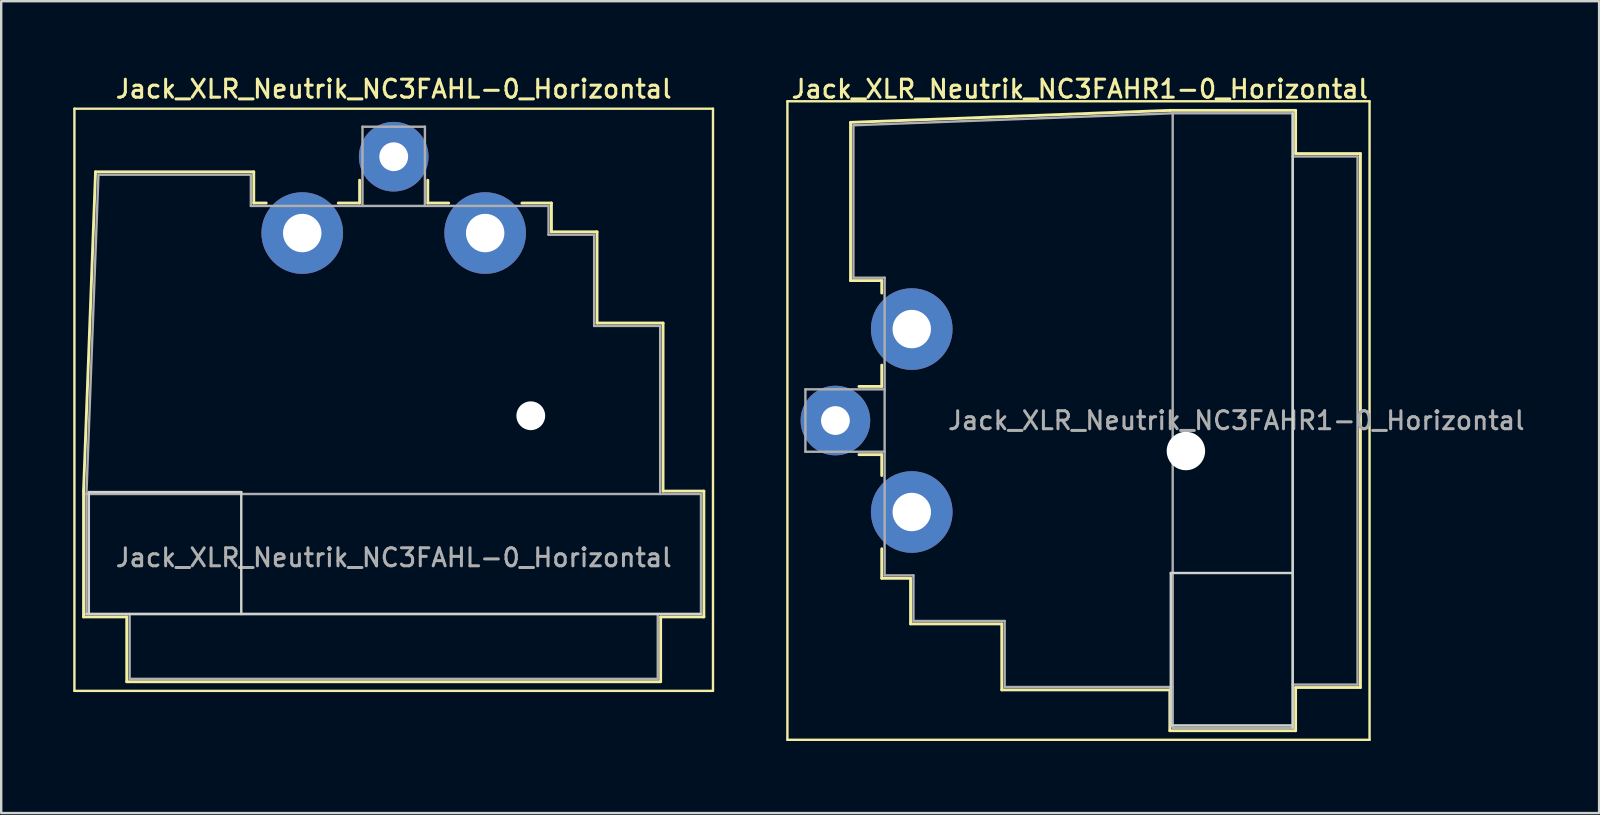
<source format=kicad_pcb>
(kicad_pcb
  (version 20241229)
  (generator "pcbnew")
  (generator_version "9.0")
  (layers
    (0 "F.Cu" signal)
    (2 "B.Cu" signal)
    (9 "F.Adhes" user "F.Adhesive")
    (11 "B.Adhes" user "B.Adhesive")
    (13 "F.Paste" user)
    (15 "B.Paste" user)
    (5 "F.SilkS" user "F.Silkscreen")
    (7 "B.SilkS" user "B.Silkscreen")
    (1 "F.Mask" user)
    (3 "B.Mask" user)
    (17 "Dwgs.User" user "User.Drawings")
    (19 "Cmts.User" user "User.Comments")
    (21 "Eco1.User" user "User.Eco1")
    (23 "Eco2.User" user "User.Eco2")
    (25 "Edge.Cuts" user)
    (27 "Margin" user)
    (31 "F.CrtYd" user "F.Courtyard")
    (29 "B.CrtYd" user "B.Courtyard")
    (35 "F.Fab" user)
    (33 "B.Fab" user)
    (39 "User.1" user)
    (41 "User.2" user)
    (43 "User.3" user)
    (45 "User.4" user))
  (footprint "Jack_XLR_Neutrik_NC3FAHR1-0_Horizontal"
    (layer "F.Cu")
    (at 34.93 10.658)
    (property "Reference" "Jack_XLR_Neutrik_NC3FAHR1-0_Horizontal" (at 7 -10 0) (layer "F.SilkS") (effects (font (size 0.75 0.75) (thickness 0.125))))
    (attr through_hole)
    (fp_line (start -5.18 -9.49) (end -5.18 17.11) (stroke (width 0.1) (type solid)) (layer "F.SilkS"))
    (fp_line (start -2.55 -8.61) (end -2.55 -2.02) (stroke (width 0.12) (type solid)) (layer "F.SilkS"))
    (fp_line (start -2.55 -2.02) (end -1.25 -2.02) (stroke (width 0.12) (type solid)) (layer "F.SilkS"))
    (fp_line (start -1.25 -2.02) (end -1.25 -1.5) (stroke (width 0.12) (type solid)) (layer "F.SilkS"))
    (fp_line (start -1.25 1.5) (end -1.25 2.39) (stroke (width 0.12) (type solid)) (layer "F.SilkS"))
    (fp_line (start -1.25 2.39) (end -2.2 2.39) (stroke (width 0.12) (type solid)) (layer "F.SilkS"))
    (fp_line (start -1.25 5.23) (end -2.2 5.23) (stroke (width 0.12) (type solid)) (layer "F.SilkS"))
    (fp_line (start -1.25 5.23) (end -1.25 6.1) (stroke (width 0.12) (type solid)) (layer "F.SilkS"))
    (fp_line (start -1.25 9.15) (end -1.25 10.38) (stroke (width 0.12) (type solid)) (layer "F.SilkS"))
    (fp_line (start -0.05 10.38) (end -1.25 10.38) (stroke (width 0.12) (type solid)) (layer "F.SilkS"))
    (fp_line (start -0.05 10.38) (end -0.05 12.28) (stroke (width 0.12) (type solid)) (layer "F.SilkS"))
    (fp_line (start 3.75 12.28) (end -0.05 12.28) (stroke (width 0.12) (type solid)) (layer "F.SilkS"))
    (fp_line (start 3.75 12.28) (end 3.75 15.03) (stroke (width 0.12) (type solid)) (layer "F.SilkS"))
    (fp_line (start 10.75 -9.11) (end -2.55 -8.61) (stroke (width 0.12) (type solid)) (layer "F.SilkS"))
    (fp_line (start 10.75 15.03) (end 3.75 15.03) (stroke (width 0.12) (type solid)) (layer "F.SilkS"))
    (fp_line (start 10.75 16.73) (end 10.75 15.03) (stroke (width 0.12) (type solid)) (layer "F.SilkS"))
    (fp_line (start 15.99 -9.11) (end 10.75 -9.11) (stroke (width 0.12) (type solid)) (layer "F.SilkS"))
    (fp_line (start 15.99 -9.11) (end 15.99 -7.31) (stroke (width 0.12) (type solid)) (layer "F.SilkS"))
    (fp_line (start 15.99 -7.31) (end 18.69 -7.31) (stroke (width 0.12) (type solid)) (layer "F.SilkS"))
    (fp_line (start 15.99 14.93) (end 15.99 16.73) (stroke (width 0.12) (type solid)) (layer "F.SilkS"))
    (fp_line (start 15.99 14.93) (end 18.69 14.93) (stroke (width 0.12) (type solid)) (layer "F.SilkS"))
    (fp_line (start 15.99 16.73) (end 10.75 16.73) (stroke (width 0.12) (type solid)) (layer "F.SilkS"))
    (fp_line (start 18.69 -7.31) (end 18.69 14.93) (stroke (width 0.12) (type solid)) (layer "F.SilkS"))
    (fp_line (start 19.07 -9.49) (end -5.18 -9.49) (stroke (width 0.1) (type solid)) (layer "F.SilkS"))
    (fp_line (start 19.07 -9.49) (end 19.07 17.11) (stroke (width 0.1) (type solid)) (layer "F.SilkS"))
    (fp_line (start 19.07 17.11) (end -5.18 17.11) (stroke (width 0.1) (type solid)) (layer "F.SilkS"))
    (fp_line (start 10.79 10.16) (end 10.79 16.51) (stroke (width 0.1) (type solid)) (layer "Edge.Cuts"))
    (fp_line (start 10.79 16.51) (end 15.87 16.51) (stroke (width 0.1) (type solid)) (layer "Edge.Cuts"))
    (fp_line (start 15.87 -8.99) (end 15.87 16.61) (stroke (width 0.1) (type solid)) (layer "Edge.Cuts"))
    (fp_line (start 15.87 10.16) (end 10.79 10.16) (stroke (width 0.1) (type solid)) (layer "Edge.Cuts"))
    (fp_line (start -4.43 2.51) (end -4.43 5.11) (stroke (width 0.1) (type solid)) (layer "F.Fab"))
    (fp_line (start -4.43 2.51) (end -1.13 2.51) (stroke (width 0.1) (type solid)) (layer "F.Fab"))
    (fp_line (start -4.43 5.11) (end -1.13 5.11) (stroke (width 0.1) (type solid)) (layer "F.Fab"))
    (fp_line (start -2.43 -8.49) (end -2.43 -2.14) (stroke (width 0.1) (type solid)) (layer "F.Fab"))
    (fp_line (start -2.43 -8.49) (end 10.87 -8.99) (stroke (width 0.1) (type solid)) (layer "F.Fab"))
    (fp_line (start -1.13 -2.14) (end -2.43 -2.14) (stroke (width 0.1) (type solid)) (layer "F.Fab"))
    (fp_line (start -1.13 -2.14) (end -1.13 10.26) (stroke (width 0.1) (type solid)) (layer "F.Fab"))
    (fp_line (start -1.13 10.26) (end 0.07 10.26) (stroke (width 0.1) (type solid)) (layer "F.Fab"))
    (fp_line (start 0.07 10.26) (end 0.07 12.16) (stroke (width 0.1) (type solid)) (layer "F.Fab"))
    (fp_line (start 0.07 12.16) (end 3.87 12.16) (stroke (width 0.1) (type solid)) (layer "F.Fab"))
    (fp_line (start 3.87 12.16) (end 3.87 14.91) (stroke (width 0.1) (type solid)) (layer "F.Fab"))
    (fp_line (start 3.87 14.91) (end 10.87 14.91) (stroke (width 0.1) (type solid)) (layer "F.Fab"))
    (fp_line (start 10.87 -8.99) (end 15.87 -8.99) (stroke (width 0.1) (type solid)) (layer "F.Fab"))
    (fp_line (start 10.87 16.61) (end 10.87 -8.99) (stroke (width 0.1) (type solid)) (layer "F.Fab"))
    (fp_line (start 15.87 -8.99) (end 15.87 16.61) (stroke (width 0.1) (type solid)) (layer "F.Fab"))
    (fp_line (start 15.87 -7.19) (end 18.57 -7.19) (stroke (width 0.1) (type solid)) (layer "F.Fab"))
    (fp_line (start 15.87 16.61) (end 10.87 16.61) (stroke (width 0.1) (type solid)) (layer "F.Fab"))
    (fp_line (start 18.57 -7.19) (end 18.57 14.81) (stroke (width 0.1) (type solid)) (layer "F.Fab"))
    (fp_line (start 18.57 14.81) (end 15.87 14.81) (stroke (width 0.1) (type solid)) (layer "F.Fab"))
    (fp_text user "${REFERENCE}" (at 13.52 3.81 0) (layer "F.Fab") (effects (font (size 0.75 0.75) (thickness 0.125))))
    (pad "" np_thru_hole circle (at 11.42 5.08) (size 1.6 1.6) (drill 1.6) (layers "*.Cu" "*.Mask"))
    (pad "1" thru_hole circle (at 0 0) (size 3.4 3.4) (drill 1.6) (layers "*.Cu" "*.Mask"))
    (pad "2" thru_hole circle (at -3.18 3.81) (size 2.9 2.9) (drill 1.2) (layers "*.Cu" "*.Mask"))
    (pad "3" thru_hole circle (at 0 7.62) (size 3.4 3.4) (drill 1.6) (layers "*.Cu" "*.Mask")))
  (footprint "Jack_XLR_Neutrik_NC3FAHL-0_Horizontal"
    (layer "F.Cu")
    (at 9.54 6.658)
    (property "Reference" "Jack_XLR_Neutrik_NC3FAHL-0_Horizontal" (at 3.81 -6 0) (layer "F.SilkS") (effects (font (size 0.75 0.75) (thickness 0.125))))
    (attr through_hole)
    (fp_line (start -9.49 19.07) (end -9.49 -5.18) (stroke (width 0.1) (type solid)) (layer "F.SilkS"))
    (fp_line (start -9.11 10.75) (end -8.61 -2.55) (stroke (width 0.12) (type solid)) (layer "F.SilkS"))
    (fp_line (start -9.11 15.99) (end -9.11 10.75) (stroke (width 0.12) (type solid)) (layer "F.SilkS"))
    (fp_line (start -8.61 -2.55) (end -2.02 -2.55) (stroke (width 0.12) (type solid)) (layer "F.SilkS"))
    (fp_line (start -7.31 15.99) (end -9.11 15.99) (stroke (width 0.12) (type solid)) (layer "F.SilkS"))
    (fp_line (start -7.31 15.99) (end -7.31 18.69) (stroke (width 0.12) (type solid)) (layer "F.SilkS"))
    (fp_line (start -2.02 -2.55) (end -2.02 -1.25) (stroke (width 0.12) (type solid)) (layer "F.SilkS"))
    (fp_line (start -2.02 -1.25) (end -1.5 -1.25) (stroke (width 0.12) (type solid)) (layer "F.SilkS"))
    (fp_line (start 1.5 -1.25) (end 2.39 -1.25) (stroke (width 0.12) (type solid)) (layer "F.SilkS"))
    (fp_line (start 2.39 -1.25) (end 2.39 -2.2) (stroke (width 0.12) (type solid)) (layer "F.SilkS"))
    (fp_line (start 5.23 -1.25) (end 5.23 -2.2) (stroke (width 0.12) (type solid)) (layer "F.SilkS"))
    (fp_line (start 5.23 -1.25) (end 6.1 -1.25) (stroke (width 0.12) (type solid)) (layer "F.SilkS"))
    (fp_line (start 9.15 -1.25) (end 10.38 -1.25) (stroke (width 0.12) (type solid)) (layer "F.SilkS"))
    (fp_line (start 10.38 -0.05) (end 10.38 -1.25) (stroke (width 0.12) (type solid)) (layer "F.SilkS"))
    (fp_line (start 10.38 -0.05) (end 12.28 -0.05) (stroke (width 0.12) (type solid)) (layer "F.SilkS"))
    (fp_line (start 12.28 3.75) (end 12.28 -0.05) (stroke (width 0.12) (type solid)) (layer "F.SilkS"))
    (fp_line (start 12.28 3.75) (end 15.03 3.75) (stroke (width 0.12) (type solid)) (layer "F.SilkS"))
    (fp_line (start 14.93 15.99) (end 14.93 18.69) (stroke (width 0.12) (type solid)) (layer "F.SilkS"))
    (fp_line (start 14.93 18.69) (end -7.31 18.69) (stroke (width 0.12) (type solid)) (layer "F.SilkS"))
    (fp_line (start 15.03 10.75) (end 15.03 3.75) (stroke (width 0.12) (type solid)) (layer "F.SilkS"))
    (fp_line (start 15.03 10.75) (end 16.73 10.75) (stroke (width 0.12) (type solid)) (layer "F.SilkS"))
    (fp_line (start 16.73 15.99) (end 14.93 15.99) (stroke (width 0.12) (type solid)) (layer "F.SilkS"))
    (fp_line (start 16.73 15.99) (end 16.73 10.75) (stroke (width 0.12) (type solid)) (layer "F.SilkS"))
    (fp_line (start 17.11 -5.18) (end -9.49 -5.18) (stroke (width 0.1) (type solid)) (layer "F.SilkS"))
    (fp_line (start 17.11 19.07) (end -9.49 19.07) (stroke (width 0.1) (type solid)) (layer "F.SilkS"))
    (fp_line (start 17.11 19.07) (end 17.11 -5.18) (stroke (width 0.1) (type solid)) (layer "F.SilkS"))
    (fp_line (start -8.89 10.79) (end -8.89 15.87) (stroke (width 0.1) (type solid)) (layer "Edge.Cuts"))
    (fp_line (start -2.54 10.79) (end -8.89 10.79) (stroke (width 0.1) (type solid)) (layer "Edge.Cuts"))
    (fp_line (start -2.54 15.87) (end -2.54 10.79) (stroke (width 0.1) (type solid)) (layer "Edge.Cuts"))
    (fp_line (start 16.61 15.87) (end -8.99 15.87) (stroke (width 0.1) (type solid)) (layer "Edge.Cuts"))
    (fp_line (start -8.99 10.87) (end 16.61 10.87) (stroke (width 0.1) (type solid)) (layer "F.Fab"))
    (fp_line (start -8.99 15.87) (end -8.99 10.87) (stroke (width 0.1) (type solid)) (layer "F.Fab"))
    (fp_line (start -8.49 -2.43) (end -8.99 10.87) (stroke (width 0.1) (type solid)) (layer "F.Fab"))
    (fp_line (start -8.49 -2.43) (end -2.14 -2.43) (stroke (width 0.1) (type solid)) (layer "F.Fab"))
    (fp_line (start -7.19 18.57) (end -7.19 15.87) (stroke (width 0.1) (type solid)) (layer "F.Fab"))
    (fp_line (start -2.14 -1.13) (end -2.14 -2.43) (stroke (width 0.1) (type solid)) (layer "F.Fab"))
    (fp_line (start -2.14 -1.13) (end 10.26 -1.13) (stroke (width 0.1) (type solid)) (layer "F.Fab"))
    (fp_line (start 2.51 -4.43) (end 2.51 -1.13) (stroke (width 0.1) (type solid)) (layer "F.Fab"))
    (fp_line (start 2.51 -4.43) (end 5.11 -4.43) (stroke (width 0.1) (type solid)) (layer "F.Fab"))
    (fp_line (start 5.11 -4.43) (end 5.11 -1.13) (stroke (width 0.1) (type solid)) (layer "F.Fab"))
    (fp_line (start 10.26 -1.13) (end 10.26 0.07) (stroke (width 0.1) (type solid)) (layer "F.Fab"))
    (fp_line (start 10.26 0.07) (end 12.16 0.07) (stroke (width 0.1) (type solid)) (layer "F.Fab"))
    (fp_line (start 12.16 0.07) (end 12.16 3.87) (stroke (width 0.1) (type solid)) (layer "F.Fab"))
    (fp_line (start 12.16 3.87) (end 14.91 3.87) (stroke (width 0.1) (type solid)) (layer "F.Fab"))
    (fp_line (start 14.81 15.87) (end 14.81 18.57) (stroke (width 0.1) (type solid)) (layer "F.Fab"))
    (fp_line (start 14.81 18.57) (end -7.19 18.57) (stroke (width 0.1) (type solid)) (layer "F.Fab"))
    (fp_line (start 14.91 3.87) (end 14.91 10.87) (stroke (width 0.1) (type solid)) (layer "F.Fab"))
    (fp_line (start 16.61 10.87) (end 16.61 15.87) (stroke (width 0.1) (type solid)) (layer "F.Fab"))
    (fp_line (start 16.61 15.87) (end -8.99 15.87) (stroke (width 0.1) (type solid)) (layer "F.Fab"))
    (fp_text user "${REFERENCE}" (at 3.81 13.52 0) (layer "F.Fab") (effects (font (size 0.75 0.75) (thickness 0.125))))
    (pad "" np_thru_hole circle (at 9.52 7.61) (size 1.2 1.2) (drill 1.2) (layers "*.Cu" "*.Mask"))
    (pad "1" thru_hole circle (at 0 0) (size 3.4 3.4) (drill 1.6) (layers "*.Cu" "*.Mask"))
    (pad "2" thru_hole circle (at 3.81 -3.18) (size 2.9 2.9) (drill 1.2) (layers "*.Cu" "*.Mask"))
    (pad "3" thru_hole circle (at 7.62 0) (size 3.4 3.4) (drill 1.6) (layers "*.Cu" "*.Mask")))
  (gr_rect
    (start -3 -3)
    (end 63.562 30.818)
    (stroke (width 0.1) (type default))
    (fill no)
    (layer "Edge.Cuts")))
</source>
